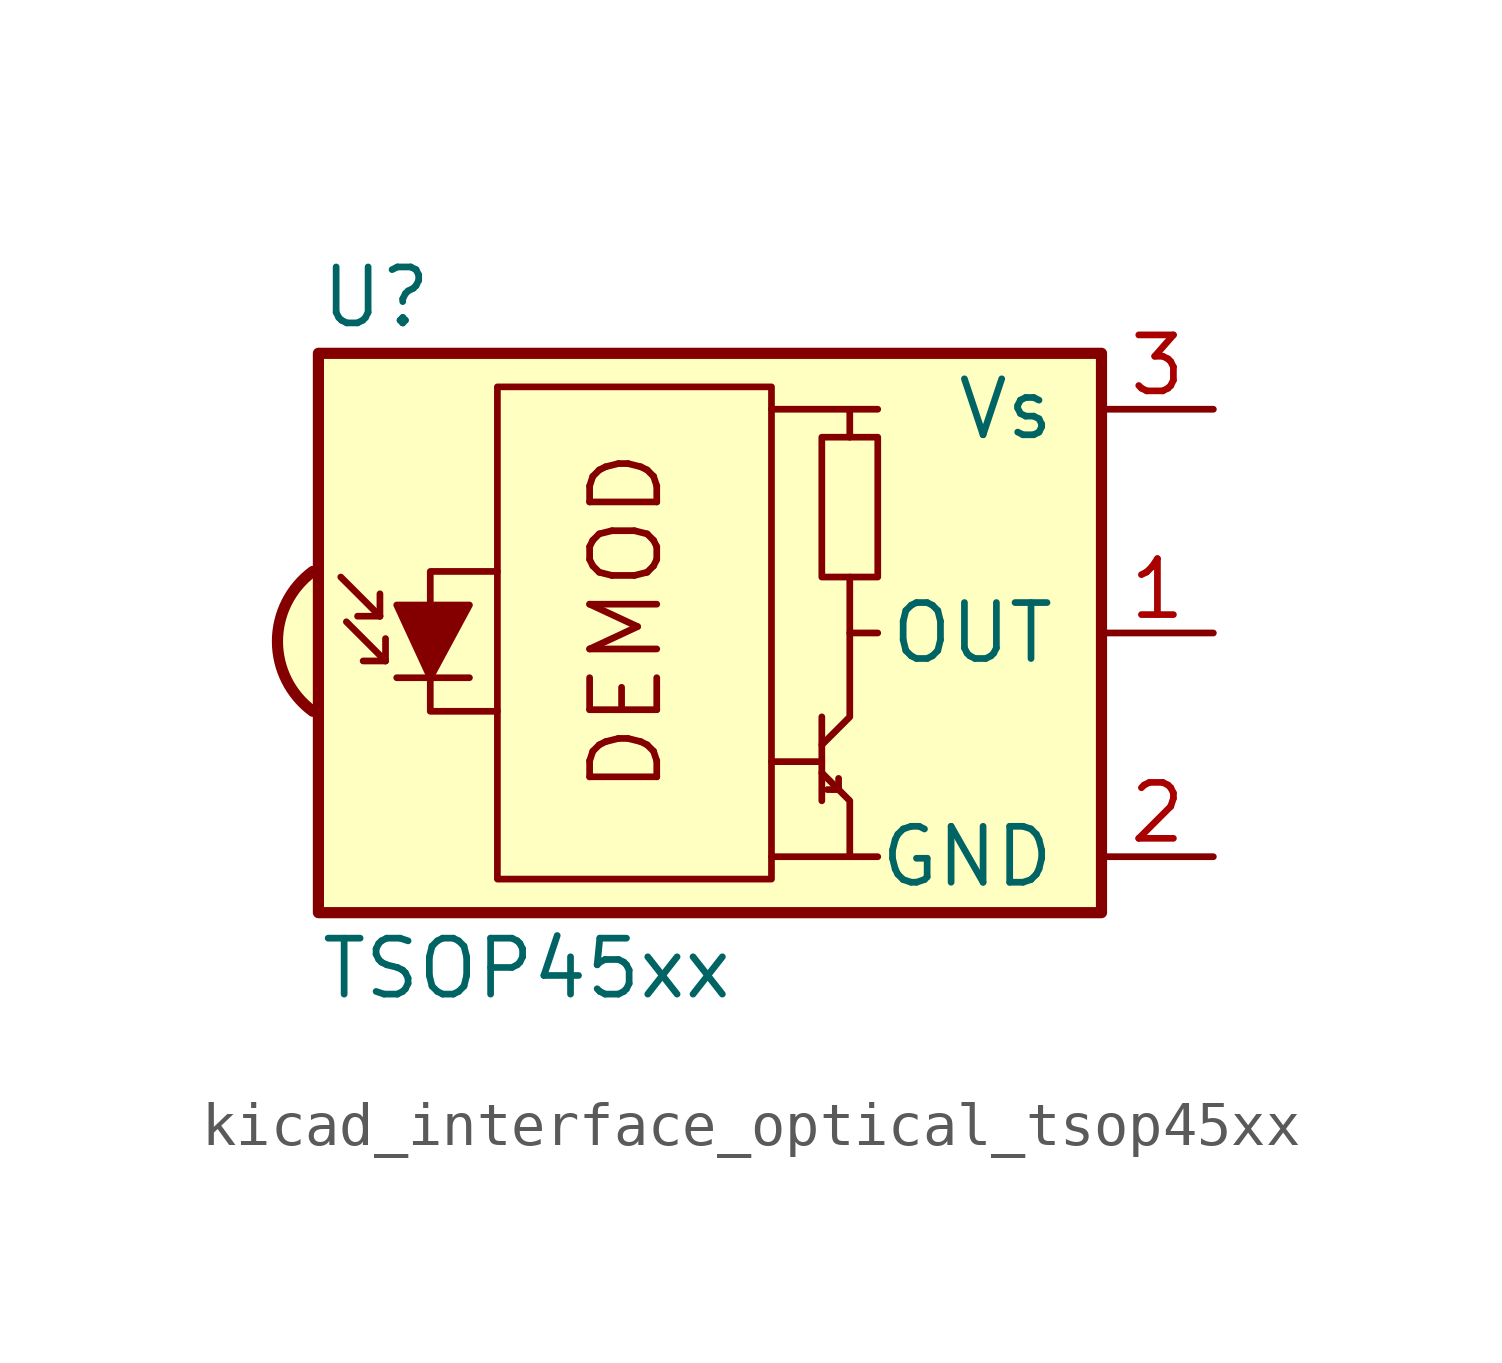
<source format=kicad_sym>
(kicad_symbol_lib
  (version 20220914)
  (generator kicad_symbol_editor)
  (symbol "kicad_interface_optical_tsop45xx"
    (pin_names
      (offset 1.016))
    (property "Reference" "U"
      (at -10.16 7.62 0)
      (effects (font (size 1.27 1.27)) (justify left)))
    (property "Value" "TSOP45xx"
      (at -10.16 -7.62 0)
      (effects (font (size 1.27 1.27)) (justify left)))
    (symbol "kicad_interface_optical_tsop45xx_0_0"
      (arc (start -10.287 1.397) (mid -11.0899 -0.1852) (end -10.287 -1.778) (stroke (width 0.254) (type default)) (fill (type background)))
      (polyline (pts (xy 1.905 -5.08) (xy 0.127 -5.08)) (stroke (width 0) (type default)) (fill (type none)))
      (polyline (pts (xy 1.905 5.08) (xy 0.127 5.08)) (stroke (width 0) (type default)) (fill (type none)))
      (text "DEMOD" (at -3.175 0.254 900) (effects (font (size 1.524 1.524)))))
    (symbol "kicad_interface_optical_tsop45xx_0_1"
      (rectangle (start -6.096 5.588) (end 0.127 -5.588) (stroke (width 0) (type default)) (fill (type none)))
      (polyline (pts (xy -8.763 0.381) (xy -9.652 1.27)) (stroke (width 0) (type default)) (fill (type none)))
      (polyline (pts (xy -8.763 0.381) (xy -9.271 0.381)) (stroke (width 0) (type default)) (fill (type none)))
      (polyline (pts (xy -8.763 0.381) (xy -8.763 0.889)) (stroke (width 0) (type default)) (fill (type none)))
      (polyline (pts (xy -8.636 -0.635) (xy -9.525 0.254)) (stroke (width 0) (type default)) (fill (type none)))
      (polyline (pts (xy -8.636 -0.635) (xy -9.144 -0.635)) (stroke (width 0) (type default)) (fill (type none)))
      (polyline (pts (xy -8.636 -0.635) (xy -8.636 -0.127)) (stroke (width 0) (type default)) (fill (type none)))
      (polyline (pts (xy -8.382 -1.016) (xy -6.731 -1.016)) (stroke (width 0) (type default)) (fill (type none)))
      (polyline (pts (xy 1.27 -2.921) (xy 0.127 -2.921)) (stroke (width 0) (type default)) (fill (type none)))
      (polyline (pts (xy 1.27 -1.905) (xy 1.27 -3.81)) (stroke (width 0) (type default)) (fill (type none)))
      (polyline (pts (xy 1.397 -3.556) (xy 1.524 -3.556)) (stroke (width 0) (type default)) (fill (type none)))
      (polyline (pts (xy 1.651 -3.556) (xy 1.524 -3.556)) (stroke (width 0) (type default)) (fill (type none)))
      (polyline (pts (xy 1.651 -3.556) (xy 1.651 -3.302)) (stroke (width 0) (type default)) (fill (type none)))
      (polyline (pts (xy 1.905 0) (xy 1.905 1.27)) (stroke (width 0) (type default)) (fill (type none)))
      (polyline (pts (xy 1.905 4.445) (xy 1.905 5.08) (xy 2.54 5.08)) (stroke (width 0) (type default)) (fill (type none)))
      (polyline (pts (xy -8.382 0.635) (xy -6.731 0.635) (xy -7.62 -1.016) (xy -8.382 0.635)) (stroke (width 0) (type default)) (fill (type outline)))
      (polyline (pts (xy -6.096 1.397) (xy -7.62 1.397) (xy -7.62 -1.778) (xy -6.096 -1.778)) (stroke (width 0) (type default)) (fill (type none)))
      (polyline (pts (xy 1.27 -3.175) (xy 1.905 -3.81) (xy 1.905 -5.08) (xy 2.54 -5.08)) (stroke (width 0) (type default)) (fill (type none)))
      (polyline (pts (xy 1.27 -2.54) (xy 1.905 -1.905) (xy 1.905 0) (xy 2.54 0)) (stroke (width 0) (type default)) (fill (type none)))
      (rectangle (start 2.54 1.27) (end 1.27 4.445) (stroke (width 0) (type default)) (fill (type none)))
      (rectangle (start 7.62 6.35) (end -10.16 -6.35) (stroke (width 0.254) (type default)) (fill (type background))))
    (symbol "kicad_interface_optical_tsop45xx_1_1"
      (pin output line (at 10.16 0 180) (length 2.54) (name "OUT" (effects (font (size 1.27 1.27)))) (number "1" (effects (font (size 1.27 1.27)))))
      (pin power_in line (at 10.16 -5.08 180) (length 2.54) (name "GND" (effects (font (size 1.27 1.27)))) (number "2" (effects (font (size 1.27 1.27)))))
      (pin power_in line (at 10.16 5.08 180) (length 2.54) (name "Vs" (effects (font (size 1.27 1.27)))) (number "3" (effects (font (size 1.27 1.27))))))))
</source>
